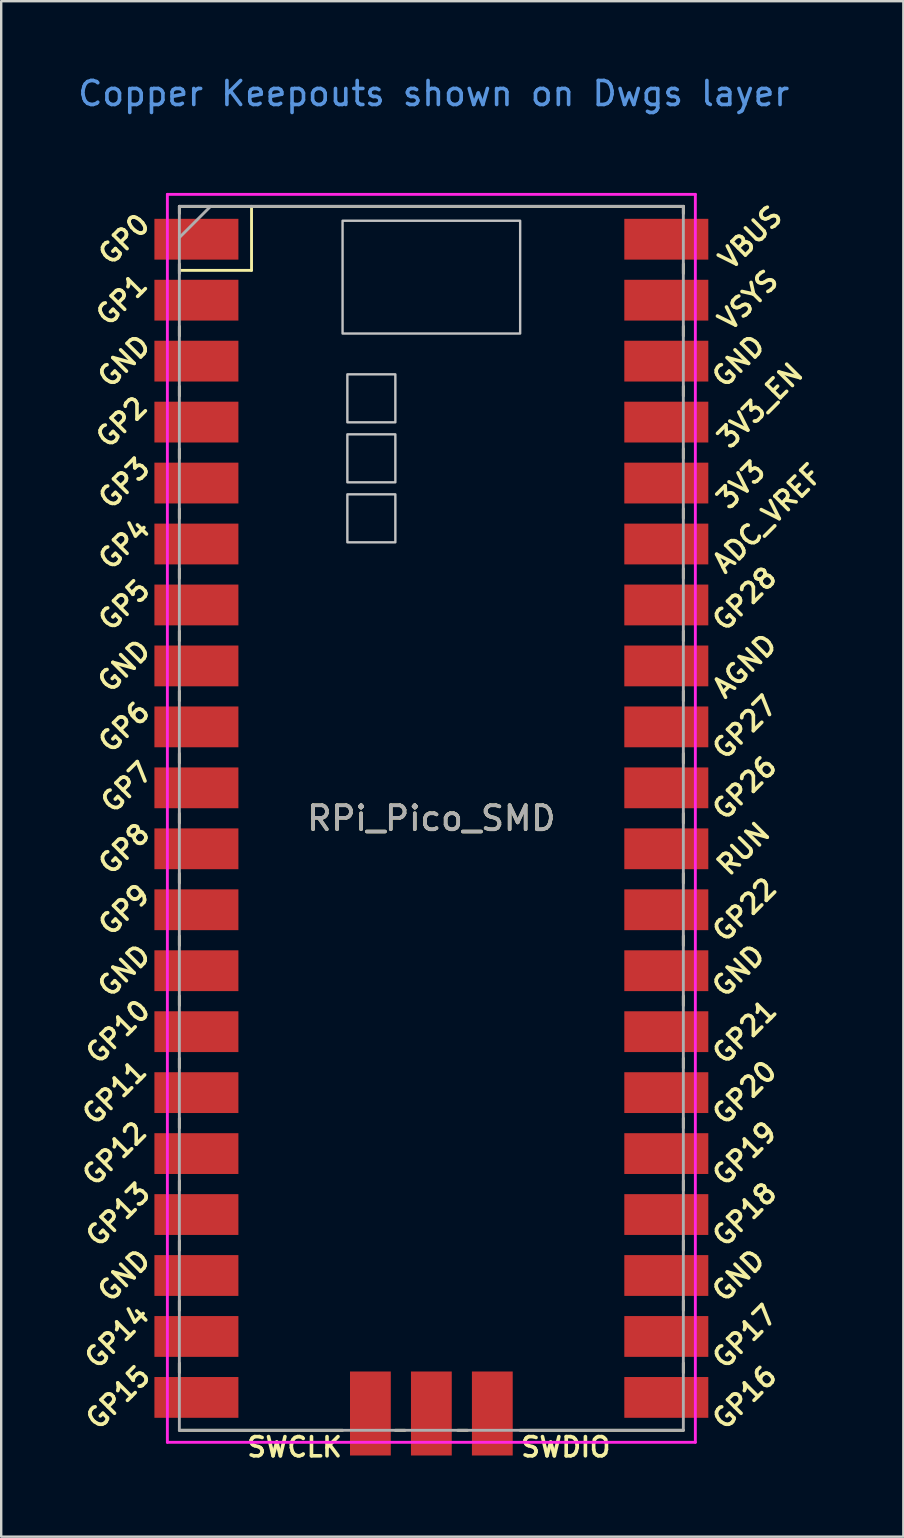
<source format=kicad_pcb>
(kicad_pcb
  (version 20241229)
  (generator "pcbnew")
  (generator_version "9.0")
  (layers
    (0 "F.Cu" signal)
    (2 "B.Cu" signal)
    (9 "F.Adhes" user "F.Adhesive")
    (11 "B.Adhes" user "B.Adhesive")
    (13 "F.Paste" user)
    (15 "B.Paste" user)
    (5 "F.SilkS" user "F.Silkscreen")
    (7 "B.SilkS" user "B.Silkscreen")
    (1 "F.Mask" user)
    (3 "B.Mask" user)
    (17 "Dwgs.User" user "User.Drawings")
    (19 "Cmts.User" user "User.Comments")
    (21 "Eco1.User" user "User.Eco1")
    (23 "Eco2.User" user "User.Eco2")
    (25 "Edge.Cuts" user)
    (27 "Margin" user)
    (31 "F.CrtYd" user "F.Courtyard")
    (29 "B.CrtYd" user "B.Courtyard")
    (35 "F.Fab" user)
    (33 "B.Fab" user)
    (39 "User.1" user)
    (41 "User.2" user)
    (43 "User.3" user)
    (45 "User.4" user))
  (footprint "RPi_Pico_SMD"
    (layer "F.Cu")
    (at 14.924 31.048)
    (property "Reference" "RPi_Pico_SMD" (at 0 0 0) (layer "F.SilkS") (effects (font (size 1 1) (thickness 0.15))))
    (attr through_hole)
    (fp_line (start -10.5 -25.5) (end -10.5 -25.2) (stroke (width 0.12) (type solid)) (layer "F.SilkS"))
    (fp_line (start -10.5 -25.5) (end 10.5 -25.5) (stroke (width 0.12) (type solid)) (layer "F.SilkS"))
    (fp_line (start -10.5 -23.1) (end -10.5 -22.7) (stroke (width 0.12) (type solid)) (layer "F.SilkS"))
    (fp_line (start -10.5 -22.833) (end -7.493 -22.833) (stroke (width 0.12) (type solid)) (layer "F.SilkS"))
    (fp_line (start -10.5 -20.5) (end -10.5 -20.1) (stroke (width 0.12) (type solid)) (layer "F.SilkS"))
    (fp_line (start -10.5 -18) (end -10.5 -17.6) (stroke (width 0.12) (type solid)) (layer "F.SilkS"))
    (fp_line (start -10.5 -15.4) (end -10.5 -15) (stroke (width 0.12) (type solid)) (layer "F.SilkS"))
    (fp_line (start -10.5 -12.9) (end -10.5 -12.5) (stroke (width 0.12) (type solid)) (layer "F.SilkS"))
    (fp_line (start -10.5 -10.4) (end -10.5 -10) (stroke (width 0.12) (type solid)) (layer "F.SilkS"))
    (fp_line (start -10.5 -7.8) (end -10.5 -7.4) (stroke (width 0.12) (type solid)) (layer "F.SilkS"))
    (fp_line (start -10.5 -5.3) (end -10.5 -4.9) (stroke (width 0.12) (type solid)) (layer "F.SilkS"))
    (fp_line (start -10.5 -2.7) (end -10.5 -2.3) (stroke (width 0.12) (type solid)) (layer "F.SilkS"))
    (fp_line (start -10.5 -0.2) (end -10.5 0.2) (stroke (width 0.12) (type solid)) (layer "F.SilkS"))
    (fp_line (start -10.5 2.3) (end -10.5 2.7) (stroke (width 0.12) (type solid)) (layer "F.SilkS"))
    (fp_line (start -10.5 4.9) (end -10.5 5.3) (stroke (width 0.12) (type solid)) (layer "F.SilkS"))
    (fp_line (start -10.5 7.4) (end -10.5 7.8) (stroke (width 0.12) (type solid)) (layer "F.SilkS"))
    (fp_line (start -10.5 10) (end -10.5 10.4) (stroke (width 0.12) (type solid)) (layer "F.SilkS"))
    (fp_line (start -10.5 12.5) (end -10.5 12.9) (stroke (width 0.12) (type solid)) (layer "F.SilkS"))
    (fp_line (start -10.5 15.1) (end -10.5 15.5) (stroke (width 0.12) (type solid)) (layer "F.SilkS"))
    (fp_line (start -10.5 17.6) (end -10.5 18) (stroke (width 0.12) (type solid)) (layer "F.SilkS"))
    (fp_line (start -10.5 20.1) (end -10.5 20.5) (stroke (width 0.12) (type solid)) (layer "F.SilkS"))
    (fp_line (start -10.5 22.7) (end -10.5 23.1) (stroke (width 0.12) (type solid)) (layer "F.SilkS"))
    (fp_line (start -7.493 -22.833) (end -7.493 -25.5) (stroke (width 0.12) (type solid)) (layer "F.SilkS"))
    (fp_line (start -3.7 25.5) (end -10.5 25.5) (stroke (width 0.12) (type solid)) (layer "F.SilkS"))
    (fp_line (start -1.5 25.5) (end -1.1 25.5) (stroke (width 0.12) (type solid)) (layer "F.SilkS"))
    (fp_line (start 1.1 25.5) (end 1.5 25.5) (stroke (width 0.12) (type solid)) (layer "F.SilkS"))
    (fp_line (start 10.5 -25.5) (end 10.5 -25.2) (stroke (width 0.12) (type solid)) (layer "F.SilkS"))
    (fp_line (start 10.5 -23.1) (end 10.5 -22.7) (stroke (width 0.12) (type solid)) (layer "F.SilkS"))
    (fp_line (start 10.5 -20.5) (end 10.5 -20.1) (stroke (width 0.12) (type solid)) (layer "F.SilkS"))
    (fp_line (start 10.5 -18) (end 10.5 -17.6) (stroke (width 0.12) (type solid)) (layer "F.SilkS"))
    (fp_line (start 10.5 -15.4) (end 10.5 -15) (stroke (width 0.12) (type solid)) (layer "F.SilkS"))
    (fp_line (start 10.5 -12.9) (end 10.5 -12.5) (stroke (width 0.12) (type solid)) (layer "F.SilkS"))
    (fp_line (start 10.5 -10.4) (end 10.5 -10) (stroke (width 0.12) (type solid)) (layer "F.SilkS"))
    (fp_line (start 10.5 -7.8) (end 10.5 -7.4) (stroke (width 0.12) (type solid)) (layer "F.SilkS"))
    (fp_line (start 10.5 -5.3) (end 10.5 -4.9) (stroke (width 0.12) (type solid)) (layer "F.SilkS"))
    (fp_line (start 10.5 -2.7) (end 10.5 -2.3) (stroke (width 0.12) (type solid)) (layer "F.SilkS"))
    (fp_line (start 10.5 -0.2) (end 10.5 0.2) (stroke (width 0.12) (type solid)) (layer "F.SilkS"))
    (fp_line (start 10.5 2.3) (end 10.5 2.7) (stroke (width 0.12) (type solid)) (layer "F.SilkS"))
    (fp_line (start 10.5 4.9) (end 10.5 5.3) (stroke (width 0.12) (type solid)) (layer "F.SilkS"))
    (fp_line (start 10.5 7.4) (end 10.5 7.8) (stroke (width 0.12) (type solid)) (layer "F.SilkS"))
    (fp_line (start 10.5 10) (end 10.5 10.4) (stroke (width 0.12) (type solid)) (layer "F.SilkS"))
    (fp_line (start 10.5 12.5) (end 10.5 12.9) (stroke (width 0.12) (type solid)) (layer "F.SilkS"))
    (fp_line (start 10.5 15.1) (end 10.5 15.5) (stroke (width 0.12) (type solid)) (layer "F.SilkS"))
    (fp_line (start 10.5 17.6) (end 10.5 18) (stroke (width 0.12) (type solid)) (layer "F.SilkS"))
    (fp_line (start 10.5 20.1) (end 10.5 20.5) (stroke (width 0.12) (type solid)) (layer "F.SilkS"))
    (fp_line (start 10.5 22.7) (end 10.5 23.1) (stroke (width 0.12) (type solid)) (layer "F.SilkS"))
    (fp_line (start 10.5 25.5) (end 3.7 25.5) (stroke (width 0.12) (type solid)) (layer "F.SilkS"))
    (fp_poly (pts (xy -1.5 -16.5) (xy -3.5 -16.5) (xy -3.5 -18.5) (xy -1.5 -18.5)) (stroke (width 0.1) (type solid)) (fill no) (layer "Dwgs.User"))
    (fp_poly (pts (xy -1.5 -14) (xy -3.5 -14) (xy -3.5 -16) (xy -1.5 -16)) (stroke (width 0.1) (type solid)) (fill no) (layer "Dwgs.User"))
    (fp_poly (pts (xy -1.5 -11.5) (xy -3.5 -11.5) (xy -3.5 -13.5) (xy -1.5 -13.5)) (stroke (width 0.1) (type solid)) (fill no) (layer "Dwgs.User"))
    (fp_poly (pts (xy 3.7 -20.2) (xy -3.7 -20.2) (xy -3.7 -24.9) (xy 3.7 -24.9)) (stroke (width 0.1) (type solid)) (fill no) (layer "Dwgs.User"))
    (fp_line (start -11 -26) (end 11 -26) (stroke (width 0.12) (type solid)) (layer "F.CrtYd"))
    (fp_line (start -11 26) (end -11 -26) (stroke (width 0.12) (type solid)) (layer "F.CrtYd"))
    (fp_line (start 11 -26) (end 11 26) (stroke (width 0.12) (type solid)) (layer "F.CrtYd"))
    (fp_line (start 11 26) (end -11 26) (stroke (width 0.12) (type solid)) (layer "F.CrtYd"))
    (fp_line (start -10.5 -25.5) (end 10.5 -25.5) (stroke (width 0.12) (type solid)) (layer "F.Fab"))
    (fp_line (start -10.5 -24.2) (end -9.2 -25.5) (stroke (width 0.12) (type solid)) (layer "F.Fab"))
    (fp_line (start -10.5 25.5) (end -10.5 -25.5) (stroke (width 0.12) (type solid)) (layer "F.Fab"))
    (fp_line (start 10.5 -25.5) (end 10.5 25.5) (stroke (width 0.12) (type solid)) (layer "F.Fab"))
    (fp_line (start 10.5 25.5) (end -10.5 25.5) (stroke (width 0.12) (type solid)) (layer "F.Fab"))
    (fp_text user "GND" (at 12.8 19.05 45) (layer "F.SilkS") (effects (font (size 0.8 0.8) (thickness 0.15))))
    (fp_text user "GND" (at 12.8 -19.05 45) (layer "F.SilkS") (effects (font (size 0.8 0.8) (thickness 0.15))))
    (fp_text user "GP12" (at -13.2 13.97 45) (layer "F.SilkS") (effects (font (size 0.8 0.8) (thickness 0.15))))
    (fp_text user "VBUS" (at 13.3 -24.2 45) (layer "F.SilkS") (effects (font (size 0.8 0.8) (thickness 0.15))))
    (fp_text user "GP5" (at -12.8 -8.89 45) (layer "F.SilkS") (effects (font (size 0.8 0.8) (thickness 0.15))))
    (fp_text user "GP9" (at -12.8 3.81 45) (layer "F.SilkS") (effects (font (size 0.8 0.8) (thickness 0.15))))
    (fp_text user "GP20" (at 13.054 11.43 45) (layer "F.SilkS") (effects (font (size 0.8 0.8) (thickness 0.15))))
    (fp_text user "GP3" (at -12.8 -13.97 45) (layer "F.SilkS") (effects (font (size 0.8 0.8) (thickness 0.15))))
    (fp_text user "GP27" (at 13.054 -3.8 45) (layer "F.SilkS") (effects (font (size 0.8 0.8) (thickness 0.15))))
    (fp_text user "GP4" (at -12.8 -11.43 45) (layer "F.SilkS") (effects (font (size 0.8 0.8) (thickness 0.15))))
    (fp_text user "GP13" (at -13.054 16.51 45) (layer "F.SilkS") (effects (font (size 0.8 0.8) (thickness 0.15))))
    (fp_text user "VSYS" (at 13.2 -21.59 45) (layer "F.SilkS") (effects (font (size 0.8 0.8) (thickness 0.15))))
    (fp_text user "GP16" (at 13.054 24.13 45) (layer "F.SilkS") (effects (font (size 0.8 0.8) (thickness 0.15))))
    (fp_text user "GP1" (at -12.9 -21.6 45) (layer "F.SilkS") (effects (font (size 0.8 0.8) (thickness 0.15))))
    (fp_text user "GP7" (at -12.7 -1.3 45) (layer "F.SilkS") (effects (font (size 0.8 0.8) (thickness 0.15))))
    (fp_text user "GP6" (at -12.8 -3.81 45) (layer "F.SilkS") (effects (font (size 0.8 0.8) (thickness 0.15))))
    (fp_text user "GP18" (at 13.054 16.51 45) (layer "F.SilkS") (effects (font (size 0.8 0.8) (thickness 0.15))))
    (fp_text user "GP11" (at -13.2 11.43 45) (layer "F.SilkS") (effects (font (size 0.8 0.8) (thickness 0.15))))
    (fp_text user "GP19" (at 13.054 13.97 45) (layer "F.SilkS") (effects (font (size 0.8 0.8) (thickness 0.15))))
    (fp_text user "GP14" (at -13.1 21.59 45) (layer "F.SilkS") (effects (font (size 0.8 0.8) (thickness 0.15))))
    (fp_text user "GP21" (at 13.054 8.9 45) (layer "F.SilkS") (effects (font (size 0.8 0.8) (thickness 0.15))))
    (fp_text user "GP28" (at 13.054 -9.144 45) (layer "F.SilkS") (effects (font (size 0.8 0.8) (thickness 0.15))))
    (fp_text user "GP0" (at -12.8 -24.13 45) (layer "F.SilkS") (effects (font (size 0.8 0.8) (thickness 0.15))))
    (fp_text user "3V3_EN" (at 13.7 -17.2 45) (layer "F.SilkS") (effects (font (size 0.8 0.8) (thickness 0.15))))
    (fp_text user "GP22" (at 13.054 3.81 45) (layer "F.SilkS") (effects (font (size 0.8 0.8) (thickness 0.15))))
    (fp_text user "GP10" (at -13.054 8.89 45) (layer "F.SilkS") (effects (font (size 0.8 0.8) (thickness 0.15))))
    (fp_text user "GND" (at 12.8 6.35 45) (layer "F.SilkS") (effects (font (size 0.8 0.8) (thickness 0.15))))
    (fp_text user "GP8" (at -12.8 1.27 45) (layer "F.SilkS") (effects (font (size 0.8 0.8) (thickness 0.15))))
    (fp_text user "SWCLK" (at -5.7 26.2 0) (layer "F.SilkS") (effects (font (size 0.8 0.8) (thickness 0.15))))
    (fp_text user "ADC_VREF" (at 14 -12.5 45) (layer "F.SilkS") (effects (font (size 0.8 0.8) (thickness 0.15))))
    (fp_text user "GND" (at -12.8 19.05 45) (layer "F.SilkS") (effects (font (size 0.8 0.8) (thickness 0.15))))
    (fp_text user "AGND" (at 13.054 -6.35 45) (layer "F.SilkS") (effects (font (size 0.8 0.8) (thickness 0.15))))
    (fp_text user "GP26" (at 13.054 -1.27 45) (layer "F.SilkS") (effects (font (size 0.8 0.8) (thickness 0.15))))
    (fp_text user "GP15" (at -13.054 24.13 45) (layer "F.SilkS") (effects (font (size 0.8 0.8) (thickness 0.15))))
    (fp_text user "GND" (at -12.8 -19.05 45) (layer "F.SilkS") (effects (font (size 0.8 0.8) (thickness 0.15))))
    (fp_text user "3V3" (at 12.9 -13.9 45) (layer "F.SilkS") (effects (font (size 0.8 0.8) (thickness 0.15))))
    (fp_text user "SWDIO" (at 5.6 26.2 0) (layer "F.SilkS") (effects (font (size 0.8 0.8) (thickness 0.15))))
    (fp_text user "GP2" (at -12.9 -16.51 45) (layer "F.SilkS") (effects (font (size 0.8 0.8) (thickness 0.15))))
    (fp_text user "RUN" (at 13 1.27 45) (layer "F.SilkS") (effects (font (size 0.8 0.8) (thickness 0.15))))
    (fp_text user "GP17" (at 13.054 21.59 45) (layer "F.SilkS") (effects (font (size 0.8 0.8) (thickness 0.15))))
    (fp_text user "GND" (at -12.8 -6.35 45) (layer "F.SilkS") (effects (font (size 0.8 0.8) (thickness 0.15))))
    (fp_text user "GND" (at -12.8 6.35 45) (layer "F.SilkS") (effects (font (size 0.8 0.8) (thickness 0.15))))
    (fp_text user "Copper Keepouts shown on Dwgs layer" (at 0.1 -30.2 0) (layer "Cmts.User") (effects (font (size 1 1) (thickness 0.15))))
    (fp_text user "${REFERENCE}" (at 0 0 180) (layer "F.Fab") (effects (font (size 1 1) (thickness 0.15))))
    (pad "1" smd rect (at -8.89 -24.13) (size 3.5 1.7) (drill (offset -0.9 0)) (layers "F.Cu" "F.Mask"))
    (pad "2" smd rect (at -8.89 -21.59) (size 3.5 1.7) (drill (offset -0.9 0)) (layers "F.Cu" "F.Mask"))
    (pad "3" smd rect (at -8.89 -19.05) (size 3.5 1.7) (drill (offset -0.9 0)) (layers "F.Cu" "F.Mask"))
    (pad "4" smd rect (at -8.89 -16.51) (size 3.5 1.7) (drill (offset -0.9 0)) (layers "F.Cu" "F.Mask"))
    (pad "5" smd rect (at -8.89 -13.97) (size 3.5 1.7) (drill (offset -0.9 0)) (layers "F.Cu" "F.Mask"))
    (pad "6" smd rect (at -8.89 -11.43) (size 3.5 1.7) (drill (offset -0.9 0)) (layers "F.Cu" "F.Mask"))
    (pad "7" smd rect (at -8.89 -8.89) (size 3.5 1.7) (drill (offset -0.9 0)) (layers "F.Cu" "F.Mask"))
    (pad "8" smd rect (at -8.89 -6.35) (size 3.5 1.7) (drill (offset -0.9 0)) (layers "F.Cu" "F.Mask"))
    (pad "9" smd rect (at -8.89 -3.81) (size 3.5 1.7) (drill (offset -0.9 0)) (layers "F.Cu" "F.Mask"))
    (pad "10" smd rect (at -8.89 -1.27) (size 3.5 1.7) (drill (offset -0.9 0)) (layers "F.Cu" "F.Mask"))
    (pad "11" smd rect (at -8.89 1.27) (size 3.5 1.7) (drill (offset -0.9 0)) (layers "F.Cu" "F.Mask"))
    (pad "12" smd rect (at -8.89 3.81) (size 3.5 1.7) (drill (offset -0.9 0)) (layers "F.Cu" "F.Mask"))
    (pad "13" smd rect (at -8.89 6.35) (size 3.5 1.7) (drill (offset -0.9 0)) (layers "F.Cu" "F.Mask"))
    (pad "14" smd rect (at -8.89 8.89) (size 3.5 1.7) (drill (offset -0.9 0)) (layers "F.Cu" "F.Mask"))
    (pad "15" smd rect (at -8.89 11.43) (size 3.5 1.7) (drill (offset -0.9 0)) (layers "F.Cu" "F.Mask"))
    (pad "16" smd rect (at -8.89 13.97) (size 3.5 1.7) (drill (offset -0.9 0)) (layers "F.Cu" "F.Mask"))
    (pad "17" smd rect (at -8.89 16.51) (size 3.5 1.7) (drill (offset -0.9 0)) (layers "F.Cu" "F.Mask"))
    (pad "18" smd rect (at -8.89 19.05) (size 3.5 1.7) (drill (offset -0.9 0)) (layers "F.Cu" "F.Mask"))
    (pad "19" smd rect (at -8.89 21.59) (size 3.5 1.7) (drill (offset -0.9 0)) (layers "F.Cu" "F.Mask"))
    (pad "20" smd rect (at -8.89 24.13) (size 3.5 1.7) (drill (offset -0.9 0)) (layers "F.Cu" "F.Mask"))
    (pad "21" smd rect (at 8.89 24.13) (size 3.5 1.7) (drill (offset 0.9 0)) (layers "F.Cu" "F.Mask"))
    (pad "22" smd rect (at 8.89 21.59) (size 3.5 1.7) (drill (offset 0.9 0)) (layers "F.Cu" "F.Mask"))
    (pad "23" smd rect (at 8.89 19.05) (size 3.5 1.7) (drill (offset 0.9 0)) (layers "F.Cu" "F.Mask"))
    (pad "24" smd rect (at 8.89 16.51) (size 3.5 1.7) (drill (offset 0.9 0)) (layers "F.Cu" "F.Mask"))
    (pad "25" smd rect (at 8.89 13.97) (size 3.5 1.7) (drill (offset 0.9 0)) (layers "F.Cu" "F.Mask"))
    (pad "26" smd rect (at 8.89 11.43) (size 3.5 1.7) (drill (offset 0.9 0)) (layers "F.Cu" "F.Mask"))
    (pad "27" smd rect (at 8.89 8.89) (size 3.5 1.7) (drill (offset 0.9 0)) (layers "F.Cu" "F.Mask"))
    (pad "28" smd rect (at 8.89 6.35) (size 3.5 1.7) (drill (offset 0.9 0)) (layers "F.Cu" "F.Mask"))
    (pad "29" smd rect (at 8.89 3.81) (size 3.5 1.7) (drill (offset 0.9 0)) (layers "F.Cu" "F.Mask"))
    (pad "30" smd rect (at 8.89 1.27) (size 3.5 1.7) (drill (offset 0.9 0)) (layers "F.Cu" "F.Mask"))
    (pad "31" smd rect (at 8.89 -1.27) (size 3.5 1.7) (drill (offset 0.9 0)) (layers "F.Cu" "F.Mask"))
    (pad "32" smd rect (at 8.89 -3.81) (size 3.5 1.7) (drill (offset 0.9 0)) (layers "F.Cu" "F.Mask"))
    (pad "33" smd rect (at 8.89 -6.35) (size 3.5 1.7) (drill (offset 0.9 0)) (layers "F.Cu" "F.Mask"))
    (pad "34" smd rect (at 8.89 -8.89) (size 3.5 1.7) (drill (offset 0.9 0)) (layers "F.Cu" "F.Mask"))
    (pad "35" smd rect (at 8.89 -11.43) (size 3.5 1.7) (drill (offset 0.9 0)) (layers "F.Cu" "F.Mask"))
    (pad "36" smd rect (at 8.89 -13.97) (size 3.5 1.7) (drill (offset 0.9 0)) (layers "F.Cu" "F.Mask"))
    (pad "37" smd rect (at 8.89 -16.51) (size 3.5 1.7) (drill (offset 0.9 0)) (layers "F.Cu" "F.Mask"))
    (pad "38" smd rect (at 8.89 -19.05) (size 3.5 1.7) (drill (offset 0.9 0)) (layers "F.Cu" "F.Mask"))
    (pad "39" smd rect (at 8.89 -21.59) (size 3.5 1.7) (drill (offset 0.9 0)) (layers "F.Cu" "F.Mask"))
    (pad "40" smd rect (at 8.89 -24.13) (size 3.5 1.7) (drill (offset 0.9 0)) (layers "F.Cu" "F.Mask"))
    (pad "41" smd rect (at -2.54 23.9 90) (size 3.5 1.7) (drill (offset -0.9 0)) (layers "F.Cu" "F.Mask"))
    (pad "42" smd rect (at 0 23.9 90) (size 3.5 1.7) (drill (offset -0.9 0)) (layers "F.Cu" "F.Mask"))
    (pad "43" smd rect (at 2.54 23.9 90) (size 3.5 1.7) (drill (offset -0.9 0)) (layers "F.Cu" "F.Mask")))
  (gr_rect
    (start -3 -3)
    (end 34.591 60.98)
    (stroke (width 0.1) (type default))
    (fill no)
    (layer "Edge.Cuts")))
</source>
